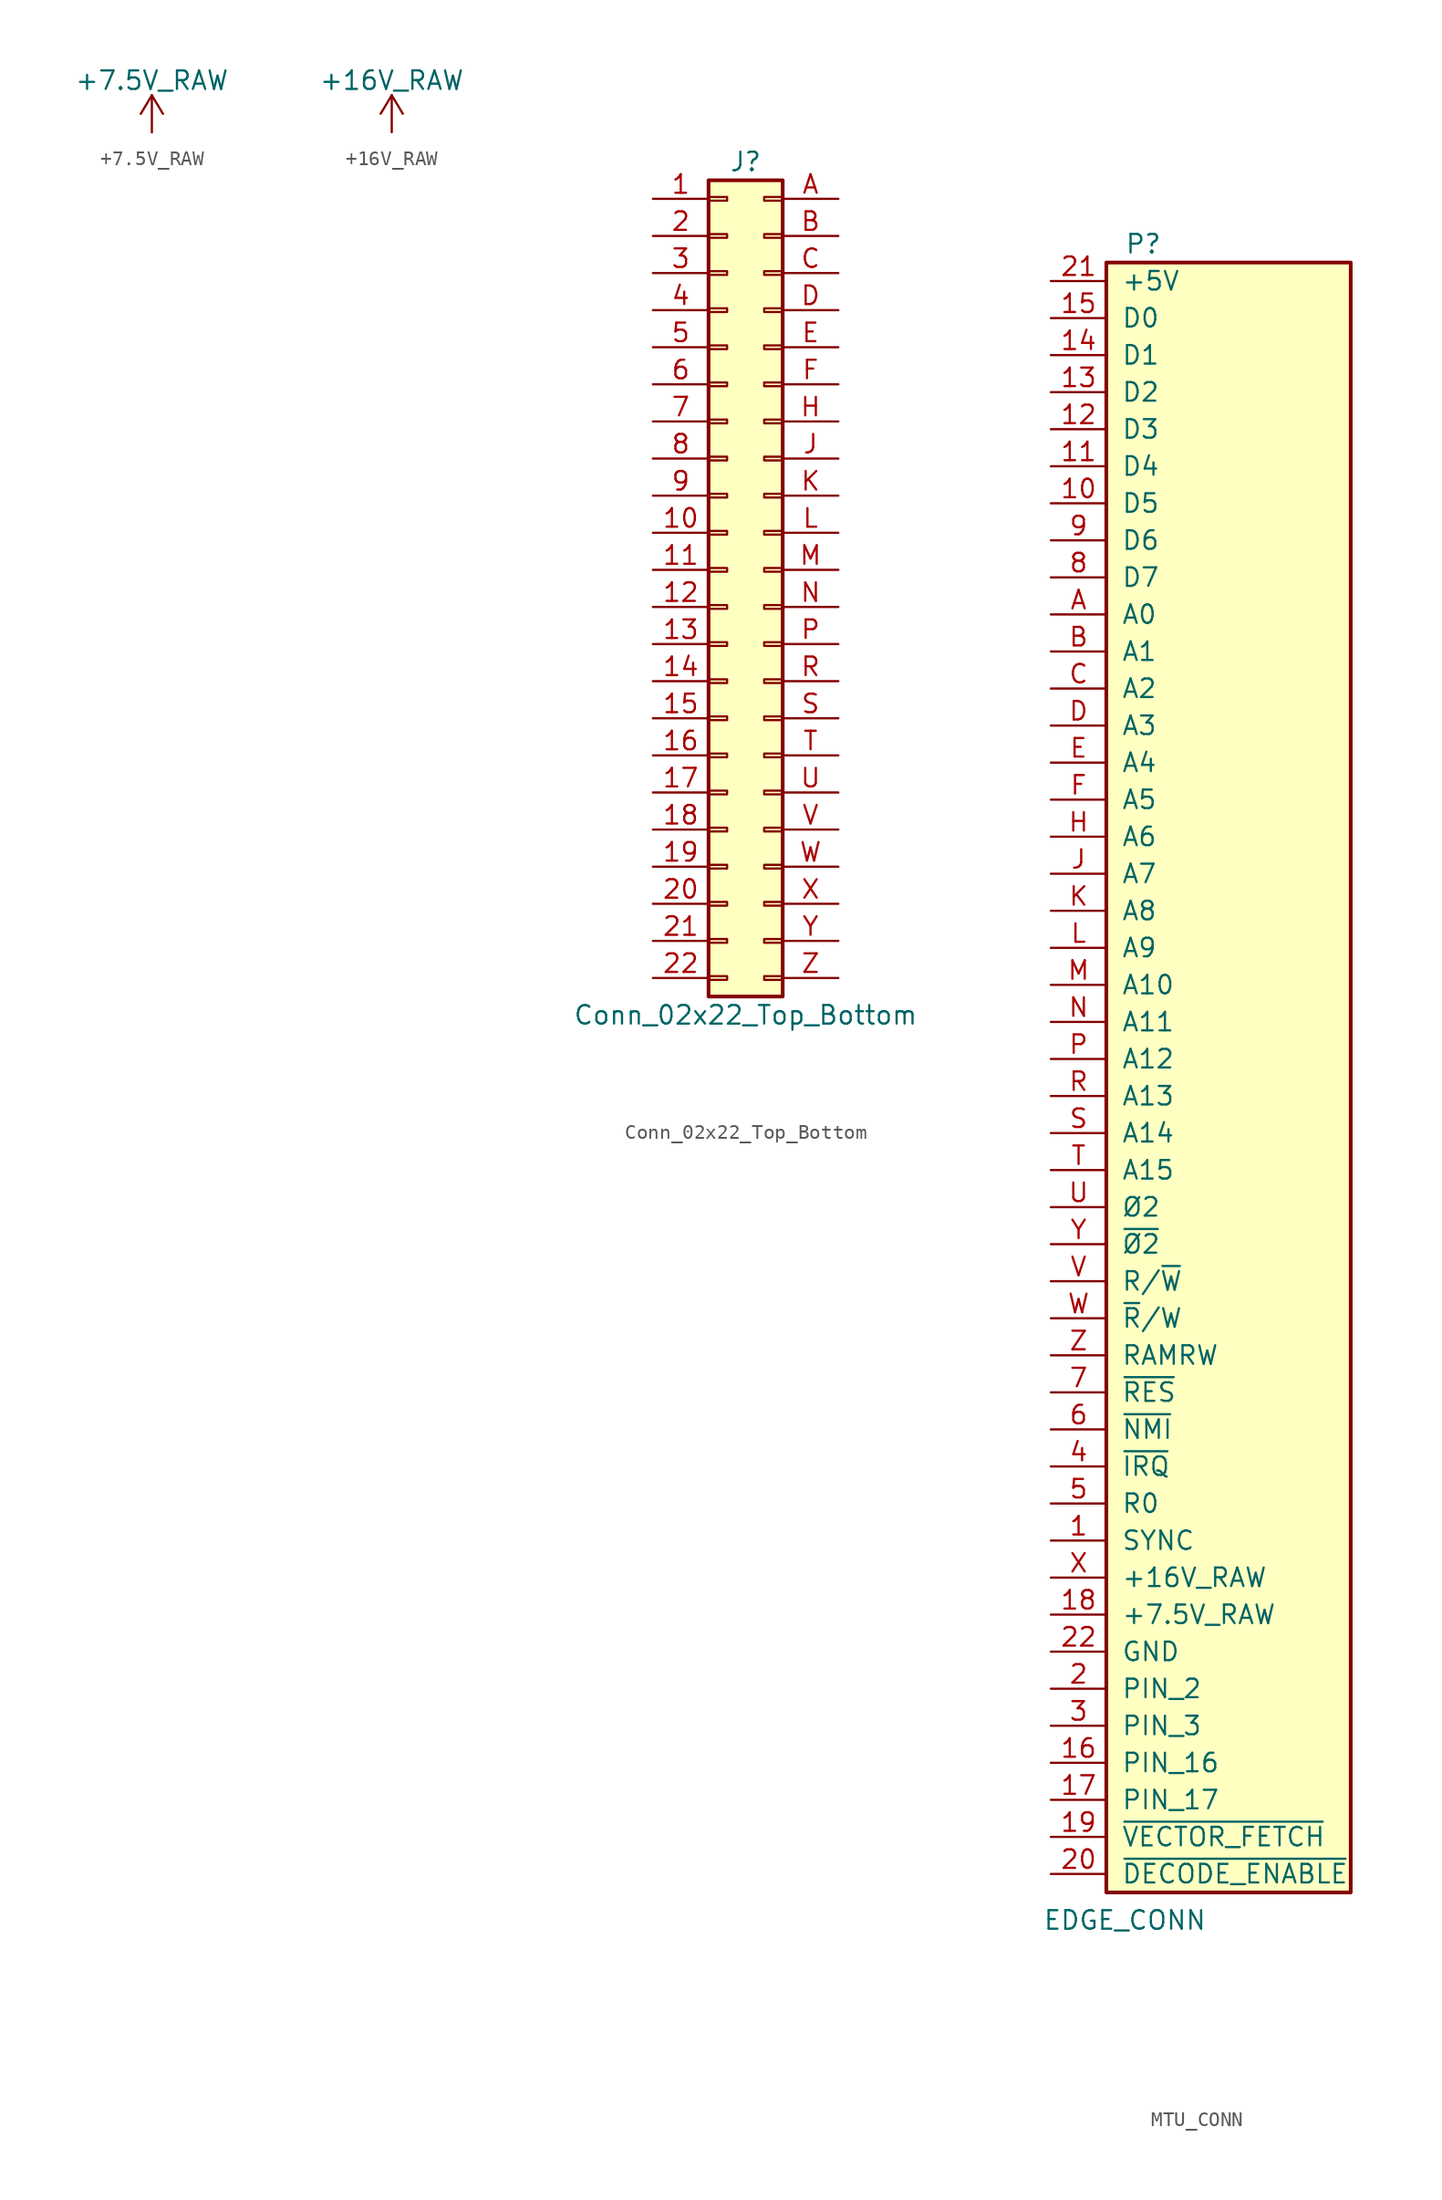
<source format=kicad_sym>
(kicad_symbol_lib
  (version 20220914)
  (generator kicad_symbol_editor)
  (symbol "+7.5V_RAW"
    (power)
    (pin_names
      (offset 0))
    (property "Reference" "#PWR"
      (at 0 -3.81 0)
      (effects (font (size 1.27 1.27)) hide))
    (property "Value" "+7.5V_RAW"
      (at 0 3.556 0)
      (effects (font (size 1.27 1.27))))
    (symbol "+7.5V_RAW_0_1"
      (polyline (pts (xy -0.762 1.27) (xy 0 2.54)) (stroke (width 0) (type default)) (fill (type none)))
      (polyline (pts (xy 0 0) (xy 0 2.54)) (stroke (width 0) (type default)) (fill (type none)))
      (polyline (pts (xy 0 2.54) (xy 0.762 1.27)) (stroke (width 0) (type default)) (fill (type none))))
    (symbol "+7.5V_RAW_1_1"
      (pin power_in line (at 0 0 90) (length 0) hide (name "+7.5V_RAW" (effects (font (size 1.27 1.27)))) (number "1" (effects (font (size 1.27 1.27)))))))
  (symbol "+16V_RAW"
    (power)
    (pin_names
      (offset 0))
    (property "Reference" "#PWR"
      (at 0 -3.81 0)
      (effects (font (size 1.27 1.27)) hide))
    (property "Value" "+16V_RAW"
      (at 0 3.556 0)
      (effects (font (size 1.27 1.27))))
    (symbol "+16V_RAW_0_1"
      (polyline (pts (xy -0.762 1.27) (xy 0 2.54)) (stroke (width 0) (type default)) (fill (type none)))
      (polyline (pts (xy 0 0) (xy 0 2.54)) (stroke (width 0) (type default)) (fill (type none)))
      (polyline (pts (xy 0 2.54) (xy 0.762 1.27)) (stroke (width 0) (type default)) (fill (type none))))
    (symbol "+16V_RAW_1_1"
      (pin power_in line (at 0 0 90) (length 0) hide (name "+16V_RAW" (effects (font (size 1.27 1.27)))) (number "1" (effects (font (size 1.27 1.27)))))))
  (symbol "Conn_02x22_Top_Bottom"
    (pin_names
      (offset 1.016) hide)
    (property "Reference" "J"
      (at 1.27 27.94 0)
      (effects (font (size 1.27 1.27))))
    (property "Value" "Conn_02x22_Top_Bottom"
      (at 1.27 -30.48 0)
      (effects (font (size 1.27 1.27))))
    (symbol "Conn_02x22_Top_Bottom_1_1"
      (rectangle (start -1.27 -27.813) (end 0 -28.067) (stroke (width 0.152) (type default)) (fill (type none)))
      (rectangle (start -1.27 -25.273) (end 0 -25.527) (stroke (width 0.152) (type default)) (fill (type none)))
      (rectangle (start -1.27 -22.733) (end 0 -22.987) (stroke (width 0.152) (type default)) (fill (type none)))
      (rectangle (start -1.27 -20.193) (end 0 -20.447) (stroke (width 0.152) (type default)) (fill (type none)))
      (rectangle (start -1.27 -17.653) (end 0 -17.907) (stroke (width 0.152) (type default)) (fill (type none)))
      (rectangle (start -1.27 -15.113) (end 0 -15.367) (stroke (width 0.152) (type default)) (fill (type none)))
      (rectangle (start -1.27 -12.573) (end 0 -12.827) (stroke (width 0.152) (type default)) (fill (type none)))
      (rectangle (start -1.27 -10.033) (end 0 -10.287) (stroke (width 0.152) (type default)) (fill (type none)))
      (rectangle (start -1.27 -7.493) (end 0 -7.747) (stroke (width 0.152) (type default)) (fill (type none)))
      (rectangle (start -1.27 -4.953) (end 0 -5.207) (stroke (width 0.152) (type default)) (fill (type none)))
      (rectangle (start -1.27 -2.413) (end 0 -2.667) (stroke (width 0.152) (type default)) (fill (type none)))
      (rectangle (start -1.27 0.127) (end 0 -0.127) (stroke (width 0.152) (type default)) (fill (type none)))
      (rectangle (start -1.27 2.667) (end 0 2.413) (stroke (width 0.152) (type default)) (fill (type none)))
      (rectangle (start -1.27 5.207) (end 0 4.953) (stroke (width 0.152) (type default)) (fill (type none)))
      (rectangle (start -1.27 7.747) (end 0 7.493) (stroke (width 0.152) (type default)) (fill (type none)))
      (rectangle (start -1.27 10.287) (end 0 10.033) (stroke (width 0.152) (type default)) (fill (type none)))
      (rectangle (start -1.27 12.827) (end 0 12.573) (stroke (width 0.152) (type default)) (fill (type none)))
      (rectangle (start -1.27 15.367) (end 0 15.113) (stroke (width 0.152) (type default)) (fill (type none)))
      (rectangle (start -1.27 17.907) (end 0 17.653) (stroke (width 0.152) (type default)) (fill (type none)))
      (rectangle (start -1.27 20.447) (end 0 20.193) (stroke (width 0.152) (type default)) (fill (type none)))
      (rectangle (start -1.27 22.987) (end 0 22.733) (stroke (width 0.152) (type default)) (fill (type none)))
      (rectangle (start -1.27 25.527) (end 0 25.273) (stroke (width 0.152) (type default)) (fill (type none)))
      (rectangle (start -1.27 26.67) (end 3.81 -29.21) (stroke (width 0.254) (type default)) (fill (type background)))
      (rectangle (start 3.81 -27.813) (end 2.54 -28.067) (stroke (width 0.152) (type default)) (fill (type none)))
      (rectangle (start 3.81 -25.273) (end 2.54 -25.527) (stroke (width 0.152) (type default)) (fill (type none)))
      (rectangle (start 3.81 -22.733) (end 2.54 -22.987) (stroke (width 0.152) (type default)) (fill (type none)))
      (rectangle (start 3.81 -20.193) (end 2.54 -20.447) (stroke (width 0.152) (type default)) (fill (type none)))
      (rectangle (start 3.81 -17.653) (end 2.54 -17.907) (stroke (width 0.152) (type default)) (fill (type none)))
      (rectangle (start 3.81 -15.113) (end 2.54 -15.367) (stroke (width 0.152) (type default)) (fill (type none)))
      (rectangle (start 3.81 -12.573) (end 2.54 -12.827) (stroke (width 0.152) (type default)) (fill (type none)))
      (rectangle (start 3.81 -10.033) (end 2.54 -10.287) (stroke (width 0.152) (type default)) (fill (type none)))
      (rectangle (start 3.81 -7.493) (end 2.54 -7.747) (stroke (width 0.152) (type default)) (fill (type none)))
      (rectangle (start 3.81 -4.953) (end 2.54 -5.207) (stroke (width 0.152) (type default)) (fill (type none)))
      (rectangle (start 3.81 -2.413) (end 2.54 -2.667) (stroke (width 0.152) (type default)) (fill (type none)))
      (rectangle (start 3.81 0.127) (end 2.54 -0.127) (stroke (width 0.152) (type default)) (fill (type none)))
      (rectangle (start 3.81 2.667) (end 2.54 2.413) (stroke (width 0.152) (type default)) (fill (type none)))
      (rectangle (start 3.81 5.207) (end 2.54 4.953) (stroke (width 0.152) (type default)) (fill (type none)))
      (rectangle (start 3.81 7.747) (end 2.54 7.493) (stroke (width 0.152) (type default)) (fill (type none)))
      (rectangle (start 3.81 10.287) (end 2.54 10.033) (stroke (width 0.152) (type default)) (fill (type none)))
      (rectangle (start 3.81 12.827) (end 2.54 12.573) (stroke (width 0.152) (type default)) (fill (type none)))
      (rectangle (start 3.81 15.367) (end 2.54 15.113) (stroke (width 0.152) (type default)) (fill (type none)))
      (rectangle (start 3.81 17.907) (end 2.54 17.653) (stroke (width 0.152) (type default)) (fill (type none)))
      (rectangle (start 3.81 20.447) (end 2.54 20.193) (stroke (width 0.152) (type default)) (fill (type none)))
      (rectangle (start 3.81 22.987) (end 2.54 22.733) (stroke (width 0.152) (type default)) (fill (type none)))
      (rectangle (start 3.81 25.527) (end 2.54 25.273) (stroke (width 0.152) (type default)) (fill (type none)))
      (pin passive line (at -5.08 25.4 0) (length 3.81) (name "Pin_1" (effects (font (size 1.27 1.27)))) (number "1" (effects (font (size 1.27 1.27)))))
      (pin passive line (at -5.08 2.54 0) (length 3.81) (name "Pin_10" (effects (font (size 1.27 1.27)))) (number "10" (effects (font (size 1.27 1.27)))))
      (pin passive line (at -5.08 0 0) (length 3.81) (name "Pin_11" (effects (font (size 1.27 1.27)))) (number "11" (effects (font (size 1.27 1.27)))))
      (pin passive line (at -5.08 -2.54 0) (length 3.81) (name "Pin_12" (effects (font (size 1.27 1.27)))) (number "12" (effects (font (size 1.27 1.27)))))
      (pin passive line (at -5.08 -5.08 0) (length 3.81) (name "Pin_13" (effects (font (size 1.27 1.27)))) (number "13" (effects (font (size 1.27 1.27)))))
      (pin passive line (at -5.08 -7.62 0) (length 3.81) (name "Pin_14" (effects (font (size 1.27 1.27)))) (number "14" (effects (font (size 1.27 1.27)))))
      (pin passive line (at -5.08 -10.16 0) (length 3.81) (name "Pin_15" (effects (font (size 1.27 1.27)))) (number "15" (effects (font (size 1.27 1.27)))))
      (pin passive line (at -5.08 -12.7 0) (length 3.81) (name "Pin_16" (effects (font (size 1.27 1.27)))) (number "16" (effects (font (size 1.27 1.27)))))
      (pin passive line (at -5.08 -15.24 0) (length 3.81) (name "Pin_17" (effects (font (size 1.27 1.27)))) (number "17" (effects (font (size 1.27 1.27)))))
      (pin passive line (at -5.08 -17.78 0) (length 3.81) (name "Pin_18" (effects (font (size 1.27 1.27)))) (number "18" (effects (font (size 1.27 1.27)))))
      (pin passive line (at -5.08 -20.32 0) (length 3.81) (name "Pin_19" (effects (font (size 1.27 1.27)))) (number "19" (effects (font (size 1.27 1.27)))))
      (pin passive line (at -5.08 22.86 0) (length 3.81) (name "Pin_2" (effects (font (size 1.27 1.27)))) (number "2" (effects (font (size 1.27 1.27)))))
      (pin passive line (at -5.08 -22.86 0) (length 3.81) (name "Pin_20" (effects (font (size 1.27 1.27)))) (number "20" (effects (font (size 1.27 1.27)))))
      (pin passive line (at -5.08 -25.4 0) (length 3.81) (name "Pin_21" (effects (font (size 1.27 1.27)))) (number "21" (effects (font (size 1.27 1.27)))))
      (pin passive line (at -5.08 -27.94 0) (length 3.81) (name "Pin_22" (effects (font (size 1.27 1.27)))) (number "22" (effects (font (size 1.27 1.27)))))
      (pin passive line (at -5.08 20.32 0) (length 3.81) (name "Pin_3" (effects (font (size 1.27 1.27)))) (number "3" (effects (font (size 1.27 1.27)))))
      (pin passive line (at -5.08 17.78 0) (length 3.81) (name "Pin_4" (effects (font (size 1.27 1.27)))) (number "4" (effects (font (size 1.27 1.27)))))
      (pin passive line (at -5.08 15.24 0) (length 3.81) (name "Pin_5" (effects (font (size 1.27 1.27)))) (number "5" (effects (font (size 1.27 1.27)))))
      (pin passive line (at -5.08 12.7 0) (length 3.81) (name "Pin_6" (effects (font (size 1.27 1.27)))) (number "6" (effects (font (size 1.27 1.27)))))
      (pin passive line (at -5.08 10.16 0) (length 3.81) (name "Pin_7" (effects (font (size 1.27 1.27)))) (number "7" (effects (font (size 1.27 1.27)))))
      (pin passive line (at -5.08 7.62 0) (length 3.81) (name "Pin_8" (effects (font (size 1.27 1.27)))) (number "8" (effects (font (size 1.27 1.27)))))
      (pin passive line (at -5.08 5.08 0) (length 3.81) (name "Pin_9" (effects (font (size 1.27 1.27)))) (number "9" (effects (font (size 1.27 1.27)))))
      (pin passive line (at 7.62 25.4 180) (length 3.81) (name "Pin_A" (effects (font (size 1.27 1.27)))) (number "A" (effects (font (size 1.27 1.27)))))
      (pin passive line (at 7.62 22.86 180) (length 3.81) (name "Pin_B" (effects (font (size 1.27 1.27)))) (number "B" (effects (font (size 1.27 1.27)))))
      (pin passive line (at 7.62 20.32 180) (length 3.81) (name "Pin_C" (effects (font (size 1.27 1.27)))) (number "C" (effects (font (size 1.27 1.27)))))
      (pin passive line (at 7.62 17.78 180) (length 3.81) (name "Pin_D" (effects (font (size 1.27 1.27)))) (number "D" (effects (font (size 1.27 1.27)))))
      (pin passive line (at 7.62 15.24 180) (length 3.81) (name "Pin_E" (effects (font (size 1.27 1.27)))) (number "E" (effects (font (size 1.27 1.27)))))
      (pin passive line (at 7.62 12.7 180) (length 3.81) (name "Pin_F" (effects (font (size 1.27 1.27)))) (number "F" (effects (font (size 1.27 1.27)))))
      (pin passive line (at 7.62 10.16 180) (length 3.81) (name "Pin_H" (effects (font (size 1.27 1.27)))) (number "H" (effects (font (size 1.27 1.27)))))
      (pin passive line (at 7.62 7.62 180) (length 3.81) (name "Pin_J" (effects (font (size 1.27 1.27)))) (number "J" (effects (font (size 1.27 1.27)))))
      (pin passive line (at 7.62 5.08 180) (length 3.81) (name "Pin_K" (effects (font (size 1.27 1.27)))) (number "K" (effects (font (size 1.27 1.27)))))
      (pin passive line (at 7.62 2.54 180) (length 3.81) (name "Pin_L" (effects (font (size 1.27 1.27)))) (number "L" (effects (font (size 1.27 1.27)))))
      (pin passive line (at 7.62 0 180) (length 3.81) (name "Pin_M" (effects (font (size 1.27 1.27)))) (number "M" (effects (font (size 1.27 1.27)))))
      (pin passive line (at 7.62 -2.54 180) (length 3.81) (name "Pin_N" (effects (font (size 1.27 1.27)))) (number "N" (effects (font (size 1.27 1.27)))))
      (pin passive line (at 7.62 -5.08 180) (length 3.81) (name "Pin_P" (effects (font (size 1.27 1.27)))) (number "P" (effects (font (size 1.27 1.27)))))
      (pin passive line (at 7.62 -7.62 180) (length 3.81) (name "Pin_R" (effects (font (size 1.27 1.27)))) (number "R" (effects (font (size 1.27 1.27)))))
      (pin passive line (at 7.62 -10.16 180) (length 3.81) (name "Pin_S" (effects (font (size 1.27 1.27)))) (number "S" (effects (font (size 1.27 1.27)))))
      (pin passive line (at 7.62 -12.7 180) (length 3.81) (name "Pin_T" (effects (font (size 1.27 1.27)))) (number "T" (effects (font (size 1.27 1.27)))))
      (pin passive line (at 7.62 -15.24 180) (length 3.81) (name "Pin_U" (effects (font (size 1.27 1.27)))) (number "U" (effects (font (size 1.27 1.27)))))
      (pin passive line (at 7.62 -17.78 180) (length 3.81) (name "Pin_V" (effects (font (size 1.27 1.27)))) (number "V" (effects (font (size 1.27 1.27)))))
      (pin passive line (at 7.62 -20.32 180) (length 3.81) (name "Pin_W" (effects (font (size 1.27 1.27)))) (number "W" (effects (font (size 1.27 1.27)))))
      (pin passive line (at 7.62 -22.86 180) (length 3.81) (name "Pin_X" (effects (font (size 1.27 1.27)))) (number "X" (effects (font (size 1.27 1.27)))))
      (pin passive line (at 7.62 -25.4 180) (length 3.81) (name "Pin_Y" (effects (font (size 1.27 1.27)))) (number "Y" (effects (font (size 1.27 1.27)))))
      (pin passive line (at 7.62 -27.94 180) (length 3.81) (name "Pin_Z" (effects (font (size 1.27 1.27)))) (number "Z" (effects (font (size 1.27 1.27)))))))
  (symbol "MTU_CONN"
    (pin_names
      (offset 1.016))
    (property "Reference" "P"
      (at 1.27 55.88 0)
      (effects (font (size 1.27 1.27))))
    (property "Value" "EDGE_CONN"
      (at 0 -59.055 0)
      (effects (font (size 1.27 1.27))))
    (symbol "MTU_CONN_1_1"
      (rectangle (start -1.27 54.61) (end 15.494 -57.15) (stroke (width 0.254) (type default)) (fill (type background)))
      (pin passive line (at -5.08 -33.02 0) (length 3.81) (name "SYNC" (effects (font (size 1.27 1.27)))) (number "1" (effects (font (size 1.27 1.27)))))
      (pin passive line (at -5.08 38.1 0) (length 3.81) (name "D5" (effects (font (size 1.27 1.27)))) (number "10" (effects (font (size 1.27 1.27)))))
      (pin passive line (at -5.08 40.64 0) (length 3.81) (name "D4" (effects (font (size 1.27 1.27)))) (number "11" (effects (font (size 1.27 1.27)))))
      (pin passive line (at -5.08 43.18 0) (length 3.81) (name "D3" (effects (font (size 1.27 1.27)))) (number "12" (effects (font (size 1.27 1.27)))))
      (pin passive line (at -5.08 45.72 0) (length 3.81) (name "D2" (effects (font (size 1.27 1.27)))) (number "13" (effects (font (size 1.27 1.27)))))
      (pin passive line (at -5.08 48.26 0) (length 3.81) (name "D1" (effects (font (size 1.27 1.27)))) (number "14" (effects (font (size 1.27 1.27)))))
      (pin passive line (at -5.08 50.8 0) (length 3.81) (name "D0" (effects (font (size 1.27 1.27)))) (number "15" (effects (font (size 1.27 1.27)))))
      (pin passive line (at -5.08 -48.26 0) (length 3.81) (name "PIN_16" (effects (font (size 1.27 1.27)))) (number "16" (effects (font (size 1.27 1.27)))))
      (pin passive line (at -5.08 -50.8 0) (length 3.81) (name "PIN_17" (effects (font (size 1.27 1.27)))) (number "17" (effects (font (size 1.27 1.27)))))
      (pin passive line (at -5.08 -38.1 0) (length 3.81) (name "+7.5V_RAW" (effects (font (size 1.27 1.27)))) (number "18" (effects (font (size 1.27 1.27)))))
      (pin passive line (at -5.08 -53.34 0) (length 3.81) (name "~{VECTOR_FETCH}" (effects (font (size 1.27 1.27)))) (number "19" (effects (font (size 1.27 1.27)))))
      (pin passive line (at -5.08 -43.18 0) (length 3.81) (name "PIN_2" (effects (font (size 1.27 1.27)))) (number "2" (effects (font (size 1.27 1.27)))))
      (pin passive line (at -5.08 -55.88 0) (length 3.81) (name "~{DECODE_ENABLE}" (effects (font (size 1.27 1.27)))) (number "20" (effects (font (size 1.27 1.27)))))
      (pin passive line (at -5.08 53.34 0) (length 3.81) (name "+5V" (effects (font (size 1.27 1.27)))) (number "21" (effects (font (size 1.27 1.27)))))
      (pin passive line (at -5.08 -40.64 0) (length 3.81) (name "GND" (effects (font (size 1.27 1.27)))) (number "22" (effects (font (size 1.27 1.27)))))
      (pin passive line (at -5.08 -45.72 0) (length 3.81) (name "PIN_3" (effects (font (size 1.27 1.27)))) (number "3" (effects (font (size 1.27 1.27)))))
      (pin passive line (at -5.08 -27.94 0) (length 3.81) (name "~{IRQ}" (effects (font (size 1.27 1.27)))) (number "4" (effects (font (size 1.27 1.27)))))
      (pin passive line (at -5.08 -30.48 0) (length 3.81) (name "R0" (effects (font (size 1.27 1.27)))) (number "5" (effects (font (size 1.27 1.27)))))
      (pin passive line (at -5.08 -25.4 0) (length 3.81) (name "~{NMI}" (effects (font (size 1.27 1.27)))) (number "6" (effects (font (size 1.27 1.27)))))
      (pin passive line (at -5.08 -22.86 0) (length 3.81) (name "~{RES}" (effects (font (size 1.27 1.27)))) (number "7" (effects (font (size 1.27 1.27)))))
      (pin passive line (at -5.08 33.02 0) (length 3.81) (name "D7" (effects (font (size 1.27 1.27)))) (number "8" (effects (font (size 1.27 1.27)))))
      (pin passive line (at -5.08 35.56 0) (length 3.81) (name "D6" (effects (font (size 1.27 1.27)))) (number "9" (effects (font (size 1.27 1.27)))))
      (pin passive line (at -5.08 30.48 0) (length 3.81) (name "A0" (effects (font (size 1.27 1.27)))) (number "A" (effects (font (size 1.27 1.27)))))
      (pin passive line (at -5.08 27.94 0) (length 3.81) (name "A1" (effects (font (size 1.27 1.27)))) (number "B" (effects (font (size 1.27 1.27)))))
      (pin passive line (at -5.08 25.4 0) (length 3.81) (name "A2" (effects (font (size 1.27 1.27)))) (number "C" (effects (font (size 1.27 1.27)))))
      (pin passive line (at -5.08 22.86 0) (length 3.81) (name "A3" (effects (font (size 1.27 1.27)))) (number "D" (effects (font (size 1.27 1.27)))))
      (pin passive line (at -5.08 20.32 0) (length 3.81) (name "A4" (effects (font (size 1.27 1.27)))) (number "E" (effects (font (size 1.27 1.27)))))
      (pin passive line (at -5.08 17.78 0) (length 3.81) (name "A5" (effects (font (size 1.27 1.27)))) (number "F" (effects (font (size 1.27 1.27)))))
      (pin passive line (at -5.08 15.24 0) (length 3.81) (name "A6" (effects (font (size 1.27 1.27)))) (number "H" (effects (font (size 1.27 1.27)))))
      (pin passive line (at -5.08 12.7 0) (length 3.81) (name "A7" (effects (font (size 1.27 1.27)))) (number "J" (effects (font (size 1.27 1.27)))))
      (pin passive line (at -5.08 10.16 0) (length 3.81) (name "A8" (effects (font (size 1.27 1.27)))) (number "K" (effects (font (size 1.27 1.27)))))
      (pin passive line (at -5.08 7.62 0) (length 3.81) (name "A9" (effects (font (size 1.27 1.27)))) (number "L" (effects (font (size 1.27 1.27)))))
      (pin passive line (at -5.08 5.08 0) (length 3.81) (name "A10" (effects (font (size 1.27 1.27)))) (number "M" (effects (font (size 1.27 1.27)))))
      (pin passive line (at -5.08 2.54 0) (length 3.81) (name "A11" (effects (font (size 1.27 1.27)))) (number "N" (effects (font (size 1.27 1.27)))))
      (pin passive line (at -5.08 0 0) (length 3.81) (name "A12" (effects (font (size 1.27 1.27)))) (number "P" (effects (font (size 1.27 1.27)))))
      (pin passive line (at -5.08 -2.54 0) (length 3.81) (name "A13" (effects (font (size 1.27 1.27)))) (number "R" (effects (font (size 1.27 1.27)))))
      (pin passive line (at -5.08 -5.08 0) (length 3.81) (name "A14" (effects (font (size 1.27 1.27)))) (number "S" (effects (font (size 1.27 1.27)))))
      (pin passive line (at -5.08 -7.62 0) (length 3.81) (name "A15" (effects (font (size 1.27 1.27)))) (number "T" (effects (font (size 1.27 1.27)))))
      (pin passive line (at -5.08 -10.16 0) (length 3.81) (name "Ø2" (effects (font (size 1.27 1.27)))) (number "U" (effects (font (size 1.27 1.27)))))
      (pin passive line (at -5.08 -15.24 0) (length 3.81) (name "R/~{W}" (effects (font (size 1.27 1.27)))) (number "V" (effects (font (size 1.27 1.27)))))
      (pin passive line (at -5.08 -17.78 0) (length 3.81) (name "~{R}/W" (effects (font (size 1.27 1.27)))) (number "W" (effects (font (size 1.27 1.27)))))
      (pin passive line (at -5.08 -35.56 0) (length 3.81) (name "+16V_RAW" (effects (font (size 1.27 1.27)))) (number "X" (effects (font (size 1.27 1.27)))))
      (pin passive line (at -5.08 -12.7 0) (length 3.81) (name "~{Ø2}" (effects (font (size 1.27 1.27)))) (number "Y" (effects (font (size 1.27 1.27)))))
      (pin passive line (at -5.08 -20.32 0) (length 3.81) (name "RAMRW" (effects (font (size 1.27 1.27)))) (number "Z" (effects (font (size 1.27 1.27))))))))
</source>
